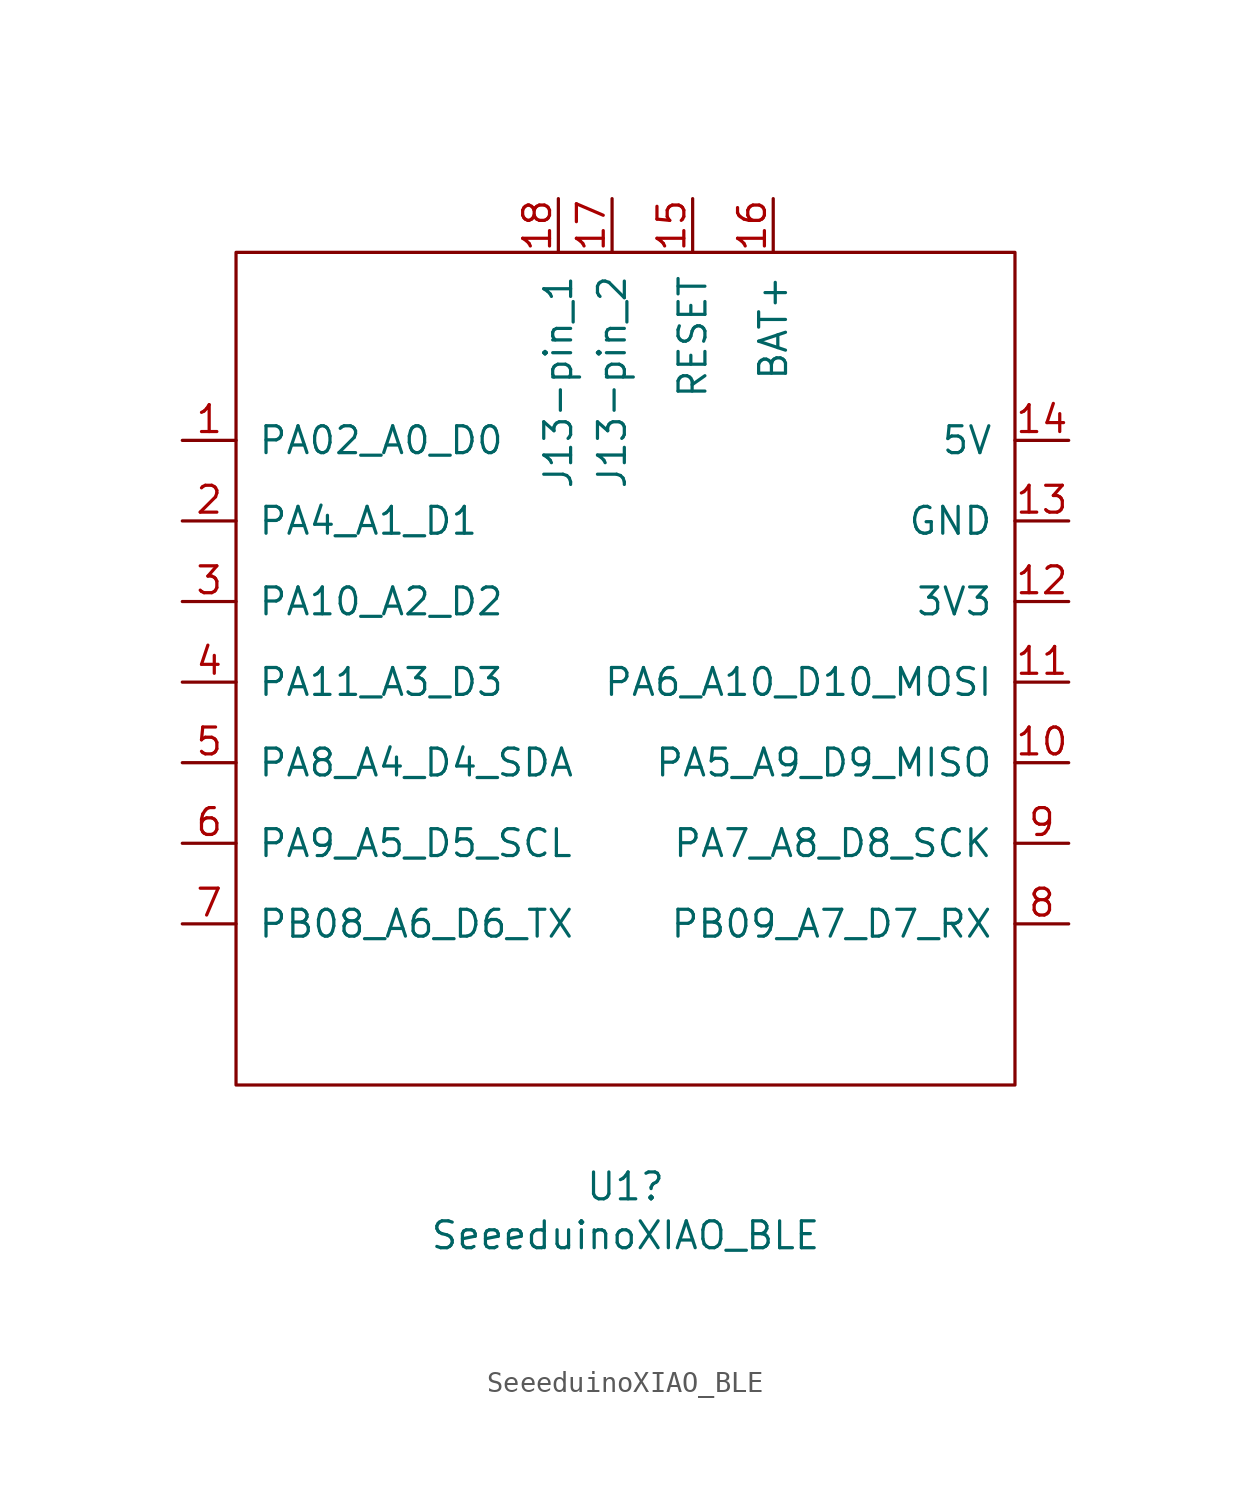
<source format=kicad_sym>
(kicad_symbol_lib
  (version 20231120)
  (generator "kicad_symbol_editor")
  (generator_version "8.0")
  (symbol "SeeeduinoXIAO_BLE"
    (pin_names
      (offset 1.016))
    (property "Reference" "U1"
      (at -0.635 -23.851 0)
      (effects (font (size 1.27 1.27))))
    (property "Value" "SeeeduinoXIAO_BLE"
      (at -0.635 -26.162 0)
      (effects (font (size 1.27 1.27))))
    (symbol "SeeeduinoXIAO_BLE_0_1"
      (rectangle (start -19.05 20.32) (end 17.78 -19.05) (stroke (width 0) (type default)) (fill (type none))))
    (symbol "SeeeduinoXIAO_BLE_1_1"
      (pin bidirectional line (at -21.59 11.43 0) (length 2.54) (name "PA02_A0_D0" (effects (font (size 1.27 1.27)))) (number "1" (effects (font (size 1.27 1.27)))))
      (pin bidirectional line (at 20.32 -3.81 180) (length 2.54) (name "PA5_A9_D9_MISO" (effects (font (size 1.27 1.27)))) (number "10" (effects (font (size 1.27 1.27)))))
      (pin bidirectional line (at 20.32 0 180) (length 2.54) (name "PA6_A10_D10_MOSI" (effects (font (size 1.27 1.27)))) (number "11" (effects (font (size 1.27 1.27)))))
      (pin power_out line (at 20.32 3.81 180) (length 2.54) (name "3V3" (effects (font (size 1.27 1.27)))) (number "12" (effects (font (size 1.27 1.27)))))
      (pin power_out line (at 20.32 7.62 180) (length 2.54) (name "GND" (effects (font (size 1.27 1.27)))) (number "13" (effects (font (size 1.27 1.27)))))
      (pin power_out line (at 20.32 11.43 180) (length 2.54) (name "5V" (effects (font (size 1.27 1.27)))) (number "14" (effects (font (size 1.27 1.27)))))
      (pin input line (at 2.54 22.86 270) (length 2.54) (name "RESET" (effects (font (size 1.27 1.27)))) (number "15" (effects (font (size 1.27 1.27)))))
      (pin power_in line (at 6.35 22.86 270) (length 2.54) (name "BAT+" (effects (font (size 1.27 1.27)))) (number "16" (effects (font (size 1.27 1.27)))))
      (pin bidirectional line (at -1.27 22.86 270) (length 2.54) (name "J13-pin_2" (effects (font (size 1.27 1.27)))) (number "17" (effects (font (size 1.27 1.27)))))
      (pin bidirectional line (at -3.81 22.86 270) (length 2.54) (name "J13-pin_1" (effects (font (size 1.27 1.27)))) (number "18" (effects (font (size 1.27 1.27)))))
      (pin bidirectional line (at -21.59 7.62 0) (length 2.54) (name "PA4_A1_D1" (effects (font (size 1.27 1.27)))) (number "2" (effects (font (size 1.27 1.27)))))
      (pin bidirectional line (at -21.59 3.81 0) (length 2.54) (name "PA10_A2_D2" (effects (font (size 1.27 1.27)))) (number "3" (effects (font (size 1.27 1.27)))))
      (pin unspecified line (at -21.59 0 0) (length 2.54) (name "PA11_A3_D3" (effects (font (size 1.27 1.27)))) (number "4" (effects (font (size 1.27 1.27)))))
      (pin bidirectional line (at -21.59 -3.81 0) (length 2.54) (name "PA8_A4_D4_SDA" (effects (font (size 1.27 1.27)))) (number "5" (effects (font (size 1.27 1.27)))))
      (pin bidirectional line (at -21.59 -7.62 0) (length 2.54) (name "PA9_A5_D5_SCL" (effects (font (size 1.27 1.27)))) (number "6" (effects (font (size 1.27 1.27)))))
      (pin bidirectional line (at -21.59 -11.43 0) (length 2.54) (name "PB08_A6_D6_TX" (effects (font (size 1.27 1.27)))) (number "7" (effects (font (size 1.27 1.27)))))
      (pin bidirectional line (at 20.32 -11.43 180) (length 2.54) (name "PB09_A7_D7_RX" (effects (font (size 1.27 1.27)))) (number "8" (effects (font (size 1.27 1.27)))))
      (pin bidirectional line (at 20.32 -7.62 180) (length 2.54) (name "PA7_A8_D8_SCK" (effects (font (size 1.27 1.27)))) (number "9" (effects (font (size 1.27 1.27))))))))
</source>
